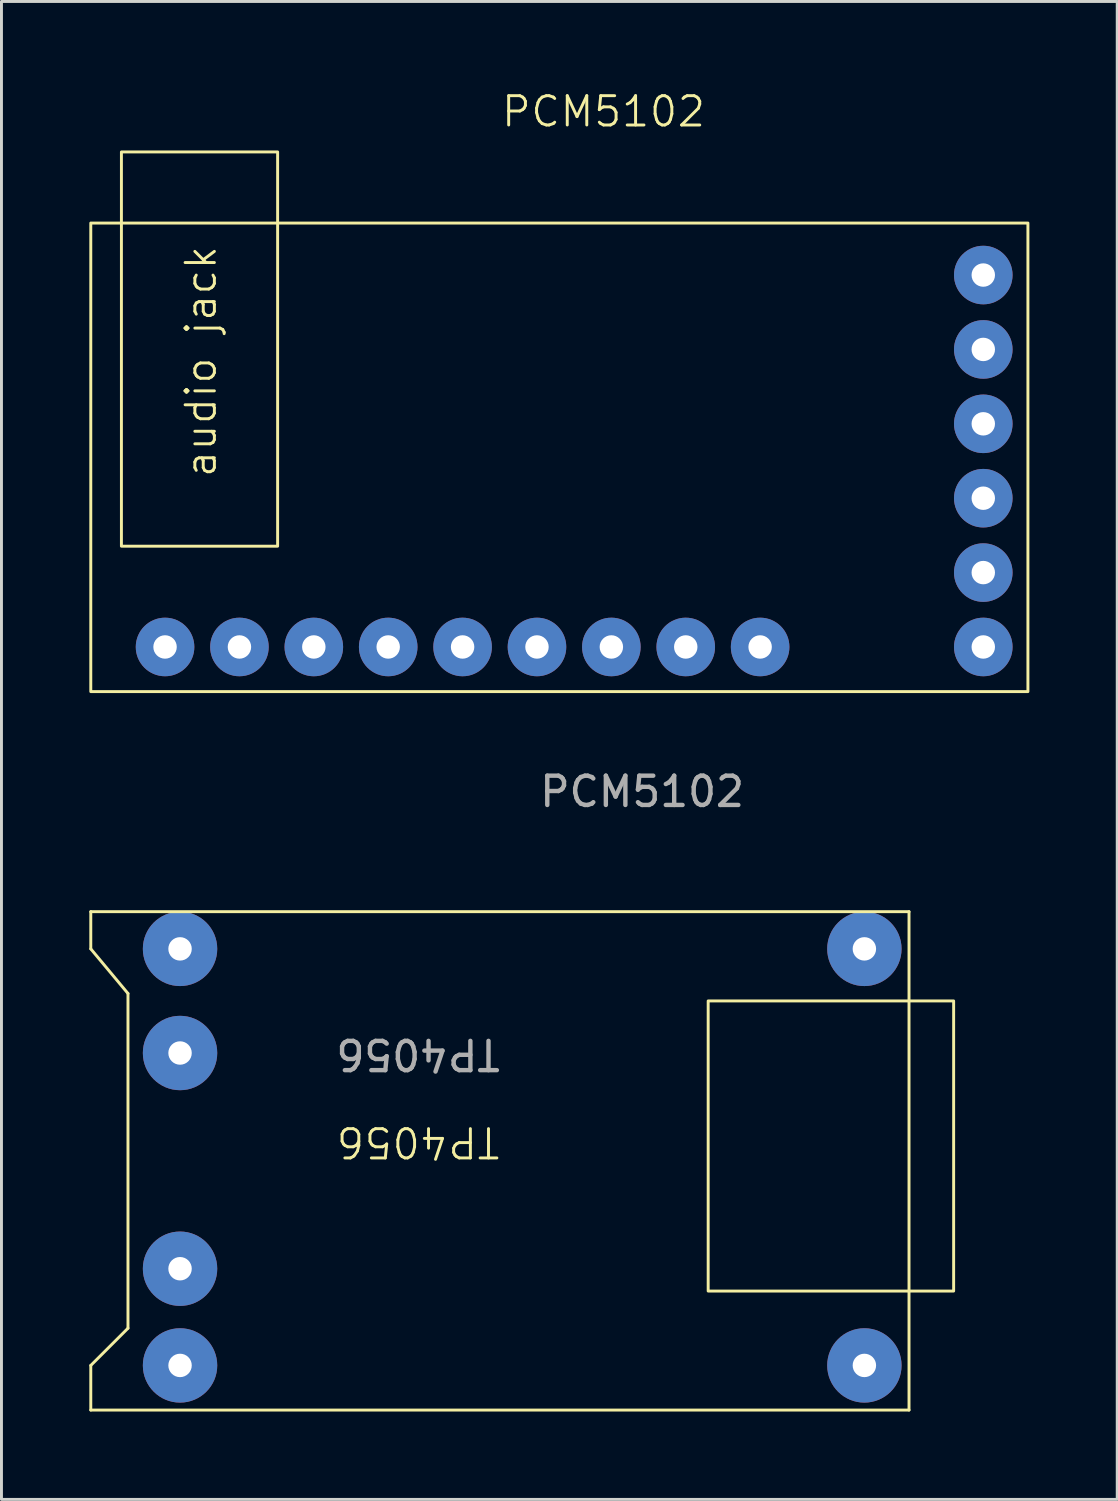
<source format=kicad_pcb>
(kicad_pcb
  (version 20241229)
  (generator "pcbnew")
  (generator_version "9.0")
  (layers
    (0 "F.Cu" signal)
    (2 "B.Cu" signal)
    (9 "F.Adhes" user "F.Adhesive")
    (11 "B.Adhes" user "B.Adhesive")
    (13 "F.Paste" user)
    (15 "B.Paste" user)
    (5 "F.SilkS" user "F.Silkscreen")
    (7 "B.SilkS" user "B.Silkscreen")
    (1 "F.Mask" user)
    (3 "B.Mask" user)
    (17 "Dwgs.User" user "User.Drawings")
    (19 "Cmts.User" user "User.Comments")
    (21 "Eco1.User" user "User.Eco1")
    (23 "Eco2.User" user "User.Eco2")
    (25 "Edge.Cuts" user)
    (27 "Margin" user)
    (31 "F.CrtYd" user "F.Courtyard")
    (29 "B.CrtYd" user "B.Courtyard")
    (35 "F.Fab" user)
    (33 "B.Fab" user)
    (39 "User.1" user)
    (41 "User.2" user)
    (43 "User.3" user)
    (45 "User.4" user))
  (footprint "TP4056"
    (layer "F.Cu")
    (at 27.99 28.081)
    (property "Reference" "TP4056" (at -16.764 7.866 180) (unlocked yes) (layer "F.SilkS") (effects (font (size 1 1) (thickness 0.1))))
    (attr through_hole)
    (fp_line (start -27.94 0) (end -27.94 1.27) (stroke (width 0.1) (type default)) (layer "F.SilkS"))
    (fp_line (start -27.94 1.27) (end -26.67 2.794) (stroke (width 0.1) (type default)) (layer "F.SilkS"))
    (fp_line (start -27.94 15.494) (end -26.67 14.224) (stroke (width 0.1) (type default)) (layer "F.SilkS"))
    (fp_line (start -27.94 17.018) (end -27.94 15.494) (stroke (width 0.1) (type default)) (layer "F.SilkS"))
    (fp_line (start -27.94 17.018) (end 0 17.018) (stroke (width 0.1) (type default)) (layer "F.SilkS"))
    (fp_line (start -26.67 2.794) (end -26.67 14.224) (stroke (width 0.1) (type default)) (layer "F.SilkS"))
    (fp_line (start 0 0) (end -27.94 0) (stroke (width 0.1) (type default)) (layer "F.SilkS"))
    (fp_line (start 0 17.018) (end 0 0) (stroke (width 0.1) (type default)) (layer "F.SilkS"))
    (fp_rect (start -6.858 3.048) (end 1.524 12.954) (stroke (width 0.1) (type default)) (fill no) (layer "F.SilkS"))
    (fp_text user "${REFERENCE}" (at -16.764 4.866 180) (unlocked yes) (layer "F.Fab") (effects (font (size 1 1) (thickness 0.15))))
    (pad "1" thru_hole circle (at -1.524 1.27 90) (size 2.54 2.54) (drill 0.8) (layers "*.Cu" "*.Mask"))
    (pad "2" thru_hole circle (at -1.524 15.494 90) (size 2.54 2.54) (drill 0.8) (layers "*.Cu" "*.Mask"))
    (pad "3" thru_hole circle (at -24.892 1.27 90) (size 2.54 2.54) (drill 0.8) (layers "*.Cu" "*.Mask"))
    (pad "4" thru_hole circle (at -24.892 4.826 90) (size 2.54 2.54) (drill 0.8) (layers "*.Cu" "*.Mask"))
    (pad "5" thru_hole circle (at -24.892 12.192 90) (size 2.54 2.54) (drill 0.8) (layers "*.Cu" "*.Mask"))
    (pad "6" thru_hole circle (at -24.892 15.494 90) (size 2.54 2.54) (drill 0.8) (layers "*.Cu" "*.Mask")))
  (footprint "PCM5102"
    (layer "F.Cu")
    (at 17.098 13.06)
    (property "Reference" "PCM5102" (at 0.46 -12.3 0) (unlocked yes) (layer "F.SilkS") (effects (font (size 1 1) (thickness 0.1))))
    (attr through_hole)
    (fp_rect (start -17.048 -8.494) (end 14.952 7.506) (stroke (width 0.1) (type default)) (fill no) (layer "F.SilkS"))
    (fp_rect (start -16.002 -10.922) (end -10.668 2.54) (stroke (width 0.1) (type default)) (fill no) (layer "F.SilkS"))
    (fp_text user "audio jack" (at -12.7 0.254 90) (unlocked yes) (layer "F.SilkS") (effects (font (size 1 1) (thickness 0.1)) (justify left bottom)))
    (fp_text user "${REFERENCE}" (at 1.778 10.922 0) (unlocked yes) (layer "F.Fab") (effects (font (size 1 1) (thickness 0.15))))
    (pad "1" thru_hole circle (at 5.808 5.982 90) (size 2 2) (drill 0.8) (layers "*.Cu" "*.Mask"))
    (pad "2" thru_hole circle (at 3.268 5.982 90) (size 2 2) (drill 0.8) (layers "*.Cu" "*.Mask"))
    (pad "3" thru_hole circle (at 0.728 5.982 90) (size 2 2) (drill 0.8) (layers "*.Cu" "*.Mask"))
    (pad "4" thru_hole circle (at -1.812 5.982 90) (size 2 2) (drill 0.8) (layers "*.Cu" "*.Mask"))
    (pad "5" thru_hole circle (at -4.352 5.982 90) (size 2 2) (drill 0.8) (layers "*.Cu" "*.Mask"))
    (pad "6" thru_hole circle (at -6.892 5.982 180) (size 2 2) (drill 0.8) (layers "*.Cu" "*.Mask"))
    (pad "7" thru_hole circle (at -9.432 5.982 90) (size 2 2) (drill 0.8) (layers "*.Cu" "*.Mask"))
    (pad "8" thru_hole circle (at -11.972 5.982 90) (size 2 2) (drill 0.8) (layers "*.Cu" "*.Mask"))
    (pad "9" thru_hole circle (at -14.512 5.982 90) (size 2 2) (drill 0.8) (layers "*.Cu" "*.Mask"))
    (pad "10" thru_hole circle (at 13.428 5.982 90) (size 2 2) (drill 0.8) (layers "*.Cu" "*.Mask"))
    (pad "11" thru_hole circle (at 13.428 3.442 180) (size 2 2) (drill 0.8) (layers "*.Cu" "*.Mask"))
    (pad "12" thru_hole circle (at 13.428 0.902 180) (size 2 2) (drill 0.8) (layers "*.Cu" "*.Mask"))
    (pad "13" thru_hole circle (at 13.428 -1.638 180) (size 2 2) (drill 0.8) (layers "*.Cu" "*.Mask"))
    (pad "14" thru_hole circle (at 13.428 -4.178 180) (size 2 2) (drill 0.8) (layers "*.Cu" "*.Mask"))
    (pad "15" thru_hole circle (at 13.428 -6.718 90) (size 2 2) (drill 0.8) (layers "*.Cu" "*.Mask")))
  (gr_rect
    (start -3 -3)
    (end 35.1 48.149)
    (stroke (width 0.1) (type default))
    (fill no)
    (layer "Edge.Cuts")))
</source>
